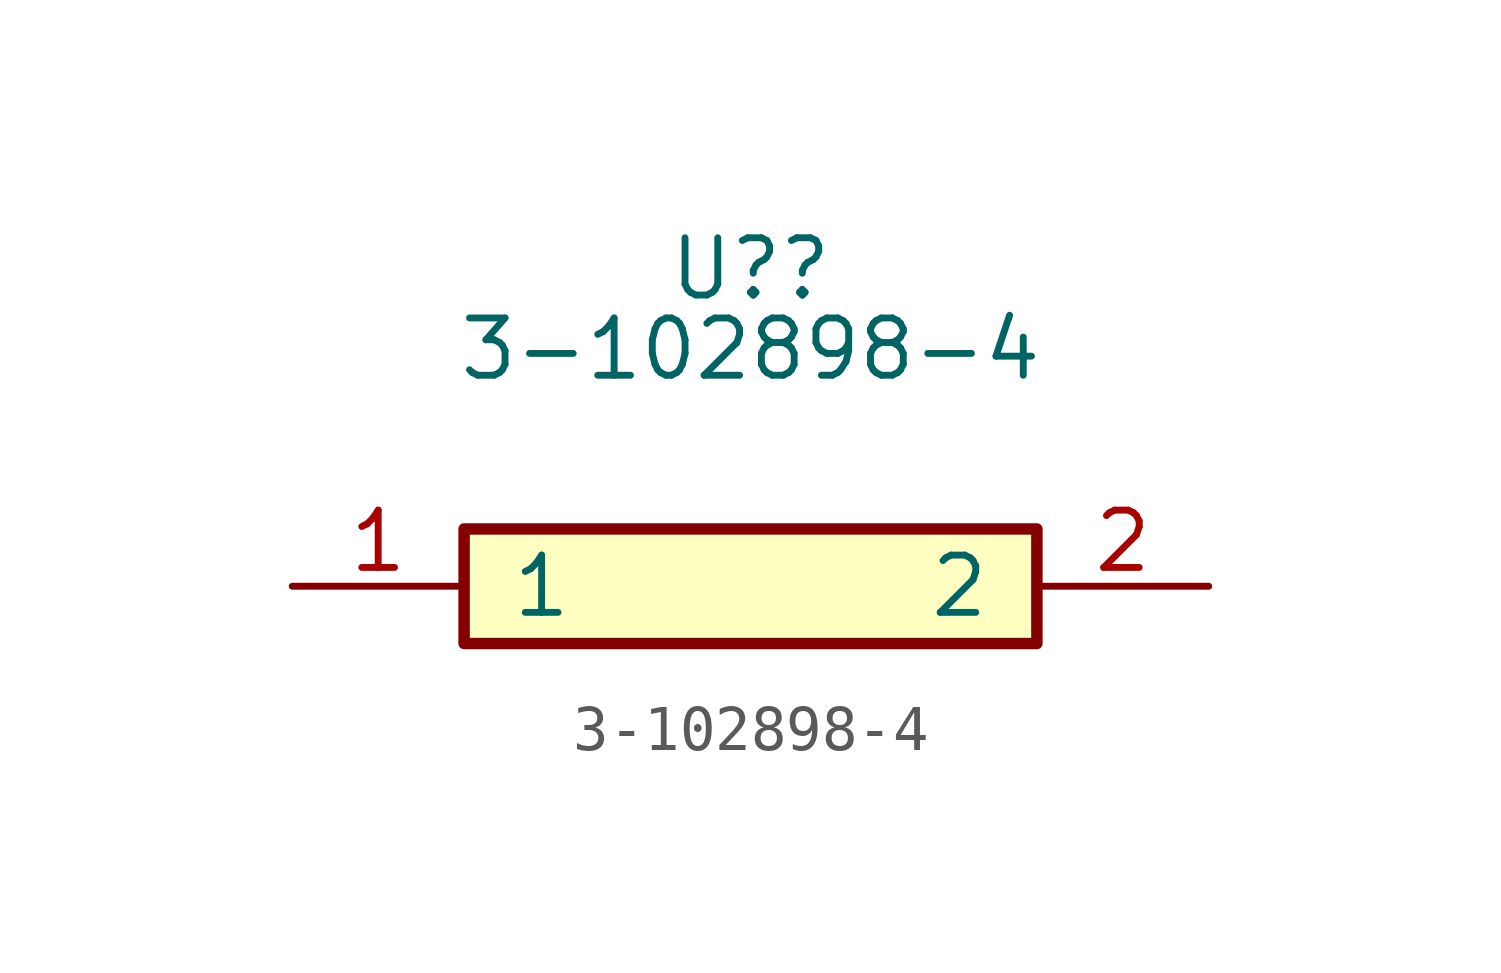
<source format=kicad_sym>
(kicad_symbol_lib
  (version 20241209)
  (generator "kicad_symbol_editor")
  (generator_version "9.0")
  (symbol "3-102898-4"
    (pin_names
      (offset 1.014))
    (property "Reference" "U?"
      (at 0 7.036 0)
      (effects (font (size 1.27 1.27))))
    (property "Value" "3-102898-4"
      (at 0 5.258 0)
      (effects (font (size 1.27 1.27))))
    (symbol "3-102898-4_1_1"
      (rectangle (start -6.35 -1.27) (end 6.35 1.27) (stroke (width 0.254) (type default)) (fill (type background)))
      (pin passive line (at -10.16 0 0) (length 3.81) (name "1" (effects (font (size 1.27 1.27)))) (number "1" (effects (font (size 1.27 1.27)))))
      (pin passive line (at 10.16 0 180) (length 3.81) (name "2" (effects (font (size 1.27 1.27)))) (number "2" (effects (font (size 1.27 1.27))))))))
</source>
